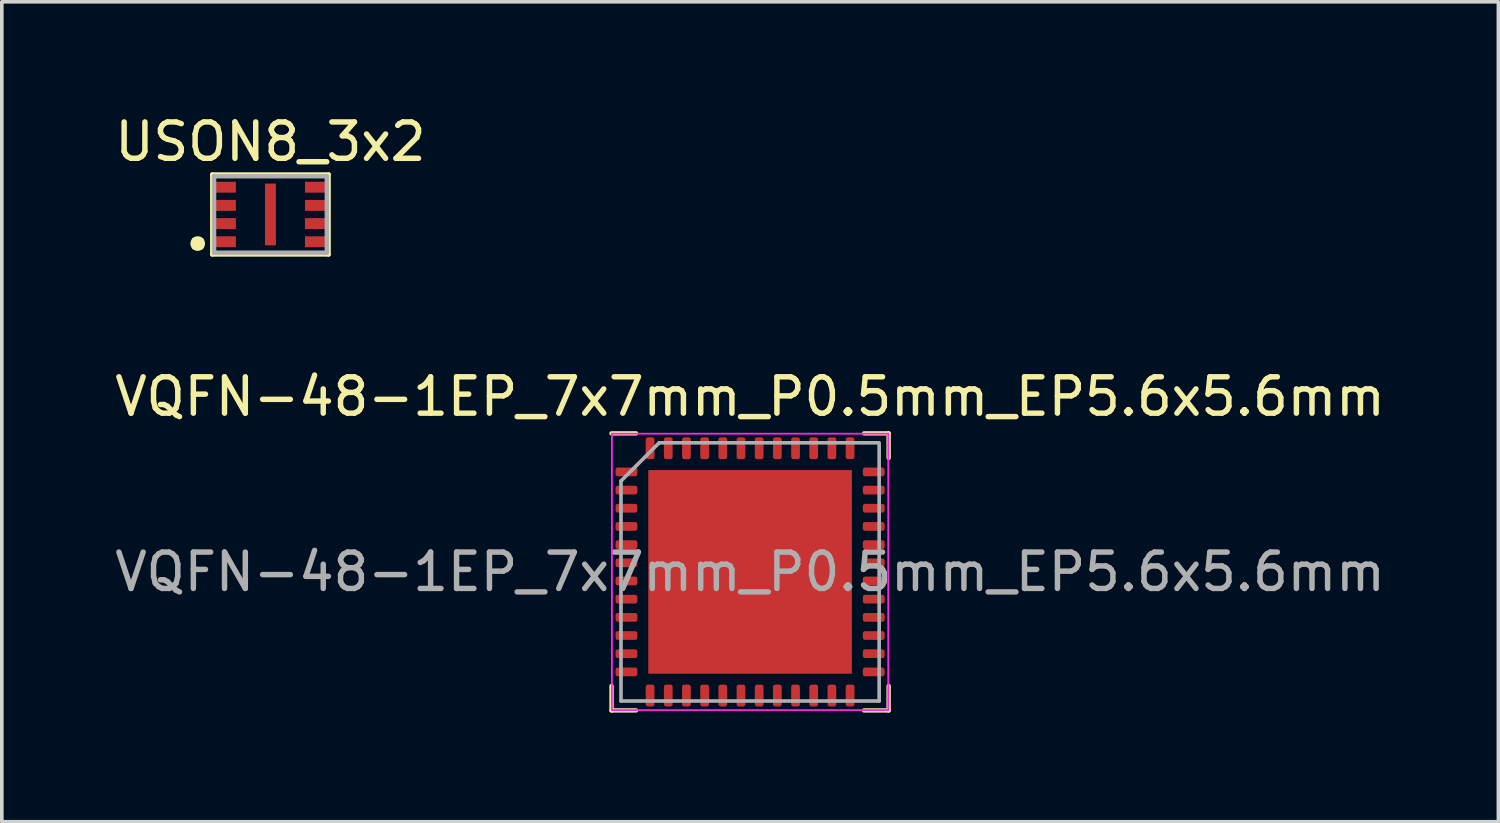
<source format=kicad_pcb>
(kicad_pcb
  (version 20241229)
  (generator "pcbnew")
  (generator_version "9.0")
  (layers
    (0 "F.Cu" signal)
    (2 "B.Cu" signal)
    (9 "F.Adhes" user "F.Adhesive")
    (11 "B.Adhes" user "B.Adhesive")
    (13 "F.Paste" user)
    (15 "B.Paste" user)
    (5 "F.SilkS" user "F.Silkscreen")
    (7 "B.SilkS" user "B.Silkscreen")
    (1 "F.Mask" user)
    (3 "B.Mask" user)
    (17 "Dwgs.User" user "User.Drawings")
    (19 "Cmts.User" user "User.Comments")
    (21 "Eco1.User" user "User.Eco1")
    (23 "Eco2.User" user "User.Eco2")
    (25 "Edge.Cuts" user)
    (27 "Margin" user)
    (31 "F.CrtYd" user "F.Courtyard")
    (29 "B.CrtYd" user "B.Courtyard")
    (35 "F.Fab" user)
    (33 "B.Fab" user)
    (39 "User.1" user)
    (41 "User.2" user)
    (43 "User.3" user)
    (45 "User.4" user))
  (footprint "VQFN-48-1EP_7x7mm_P0.5mm_EP5.6x5.6mm"
    (layer "F.Cu")
    (at 17.577 12.677)
    (property "Reference" "VQFN-48-1EP_7x7mm_P0.5mm_EP5.6x5.6mm" (at 0 -4.82 0) (layer "F.SilkS") (effects (font (size 1 1) (thickness 0.15))))
    (attr smd)
    (fp_line (start -3.81 3.81) (end -3.81 3.135) (stroke (width 0.12) (type solid)) (layer "F.SilkS"))
    (fp_line (start -3.135 -3.81) (end -3.81 -3.81) (stroke (width 0.12) (type solid)) (layer "F.SilkS"))
    (fp_line (start -3.135 3.81) (end -3.81 3.81) (stroke (width 0.12) (type solid)) (layer "F.SilkS"))
    (fp_line (start 3.135 -3.81) (end 3.81 -3.81) (stroke (width 0.12) (type solid)) (layer "F.SilkS"))
    (fp_line (start 3.135 3.81) (end 3.81 3.81) (stroke (width 0.12) (type solid)) (layer "F.SilkS"))
    (fp_line (start 3.81 -3.81) (end 3.81 -3.135) (stroke (width 0.12) (type solid)) (layer "F.SilkS"))
    (fp_line (start 3.81 3.81) (end 3.81 3.135) (stroke (width 0.12) (type solid)) (layer "F.SilkS"))
    (fp_line (start -3.8 -3.8) (end -3.8 3.8) (stroke (width 0.05) (type solid)) (layer "F.CrtYd"))
    (fp_line (start -3.8 3.8) (end 3.8 3.8) (stroke (width 0.05) (type solid)) (layer "F.CrtYd"))
    (fp_line (start 3.8 -3.8) (end -3.8 -3.8) (stroke (width 0.05) (type solid)) (layer "F.CrtYd"))
    (fp_line (start 3.8 3.8) (end 3.8 -3.8) (stroke (width 0.05) (type solid)) (layer "F.CrtYd"))
    (fp_line (start -3.55 -2.5) (end -2.5 -3.55) (stroke (width 0.1) (type solid)) (layer "F.Fab"))
    (fp_line (start -3.55 3.55) (end -3.55 -2.5) (stroke (width 0.1) (type solid)) (layer "F.Fab"))
    (fp_line (start -2.5 -3.55) (end 3.55 -3.55) (stroke (width 0.1) (type solid)) (layer "F.Fab"))
    (fp_line (start 3.55 -3.5) (end 3.55 3.55) (stroke (width 0.1) (type solid)) (layer "F.Fab"))
    (fp_line (start 3.55 3.55) (end -3.55 3.55) (stroke (width 0.1) (type solid)) (layer "F.Fab"))
    (fp_text user "${REFERENCE}" (at 0 0 0) (layer "F.Fab") (effects (font (size 1 1) (thickness 0.15))))
    (pad "" smd roundrect (at -1.29 -1.29) (size 2.08 2.08) (layers "F.Paste") (roundrect_rratio 0.12))
    (pad "" smd roundrect (at -1.29 1.29) (size 2.08 2.08) (layers "F.Paste") (roundrect_rratio 0.12))
    (pad "" smd roundrect (at 1.29 -1.29) (size 2.08 2.08) (layers "F.Paste") (roundrect_rratio 0.12))
    (pad "" smd roundrect (at 1.29 1.29) (size 2.08 2.08) (layers "F.Paste") (roundrect_rratio 0.12))
    (pad "1" smd roundrect (at -3.4 -2.75) (size 0.6 0.24) (layers "F.Cu" "F.Mask" "F.Paste") (roundrect_rratio 0.25))
    (pad "2" smd roundrect (at -3.4 -2.25) (size 0.6 0.24) (layers "F.Cu" "F.Mask" "F.Paste") (roundrect_rratio 0.25))
    (pad "3" smd roundrect (at -3.4 -1.75) (size 0.6 0.24) (layers "F.Cu" "F.Mask" "F.Paste") (roundrect_rratio 0.25))
    (pad "4" smd roundrect (at -3.4 -1.25) (size 0.6 0.24) (layers "F.Cu" "F.Mask" "F.Paste") (roundrect_rratio 0.25))
    (pad "5" smd roundrect (at -3.4 -0.75) (size 0.6 0.24) (layers "F.Cu" "F.Mask" "F.Paste") (roundrect_rratio 0.25))
    (pad "6" smd roundrect (at -3.4 -0.25) (size 0.6 0.24) (layers "F.Cu" "F.Mask" "F.Paste") (roundrect_rratio 0.25))
    (pad "7" smd roundrect (at -3.4 0.25) (size 0.6 0.24) (layers "F.Cu" "F.Mask" "F.Paste") (roundrect_rratio 0.25))
    (pad "8" smd roundrect (at -3.4 0.75) (size 0.6 0.24) (layers "F.Cu" "F.Mask" "F.Paste") (roundrect_rratio 0.25))
    (pad "9" smd roundrect (at -3.4 1.25) (size 0.6 0.24) (layers "F.Cu" "F.Mask" "F.Paste") (roundrect_rratio 0.25))
    (pad "10" smd roundrect (at -3.4 1.75) (size 0.6 0.24) (layers "F.Cu" "F.Mask" "F.Paste") (roundrect_rratio 0.25))
    (pad "11" smd roundrect (at -3.4 2.25) (size 0.6 0.24) (layers "F.Cu" "F.Mask" "F.Paste") (roundrect_rratio 0.25))
    (pad "12" smd roundrect (at -3.4 2.75) (size 0.6 0.24) (layers "F.Cu" "F.Mask" "F.Paste") (roundrect_rratio 0.25))
    (pad "13" smd roundrect (at -2.75 3.4) (size 0.24 0.6) (layers "F.Cu" "F.Mask" "F.Paste") (roundrect_rratio 0.25))
    (pad "14" smd roundrect (at -2.25 3.4) (size 0.24 0.6) (layers "F.Cu" "F.Mask" "F.Paste") (roundrect_rratio 0.25))
    (pad "15" smd roundrect (at -1.75 3.4) (size 0.24 0.6) (layers "F.Cu" "F.Mask" "F.Paste") (roundrect_rratio 0.25))
    (pad "16" smd roundrect (at -1.25 3.4) (size 0.24 0.6) (layers "F.Cu" "F.Mask" "F.Paste") (roundrect_rratio 0.25))
    (pad "17" smd roundrect (at -0.75 3.4) (size 0.24 0.6) (layers "F.Cu" "F.Mask" "F.Paste") (roundrect_rratio 0.25))
    (pad "18" smd roundrect (at -0.25 3.4) (size 0.24 0.6) (layers "F.Cu" "F.Mask" "F.Paste") (roundrect_rratio 0.25))
    (pad "19" smd roundrect (at 0.25 3.4) (size 0.24 0.6) (layers "F.Cu" "F.Mask" "F.Paste") (roundrect_rratio 0.25))
    (pad "20" smd roundrect (at 0.75 3.4) (size 0.24 0.6) (layers "F.Cu" "F.Mask" "F.Paste") (roundrect_rratio 0.25))
    (pad "21" smd roundrect (at 1.25 3.4) (size 0.24 0.6) (layers "F.Cu" "F.Mask" "F.Paste") (roundrect_rratio 0.25))
    (pad "22" smd roundrect (at 1.75 3.4) (size 0.24 0.6) (layers "F.Cu" "F.Mask" "F.Paste") (roundrect_rratio 0.25))
    (pad "23" smd roundrect (at 2.25 3.4) (size 0.24 0.6) (layers "F.Cu" "F.Mask" "F.Paste") (roundrect_rratio 0.25))
    (pad "24" smd roundrect (at 2.75 3.4) (size 0.24 0.6) (layers "F.Cu" "F.Mask" "F.Paste") (roundrect_rratio 0.25))
    (pad "25" smd roundrect (at 3.4 2.75) (size 0.6 0.24) (layers "F.Cu" "F.Mask" "F.Paste") (roundrect_rratio 0.25))
    (pad "26" smd roundrect (at 3.4 2.25) (size 0.6 0.24) (layers "F.Cu" "F.Mask" "F.Paste") (roundrect_rratio 0.25))
    (pad "27" smd roundrect (at 3.4 1.75) (size 0.6 0.24) (layers "F.Cu" "F.Mask" "F.Paste") (roundrect_rratio 0.25))
    (pad "28" smd roundrect (at 3.4 1.25) (size 0.6 0.24) (layers "F.Cu" "F.Mask" "F.Paste") (roundrect_rratio 0.25))
    (pad "29" smd roundrect (at 3.4 0.75) (size 0.6 0.24) (layers "F.Cu" "F.Mask" "F.Paste") (roundrect_rratio 0.25))
    (pad "30" smd roundrect (at 3.4 0.25) (size 0.6 0.24) (layers "F.Cu" "F.Mask" "F.Paste") (roundrect_rratio 0.25))
    (pad "31" smd roundrect (at 3.4 -0.25) (size 0.6 0.24) (layers "F.Cu" "F.Mask" "F.Paste") (roundrect_rratio 0.25))
    (pad "32" smd roundrect (at 3.4 -0.75) (size 0.6 0.24) (layers "F.Cu" "F.Mask" "F.Paste") (roundrect_rratio 0.25))
    (pad "33" smd roundrect (at 3.4 -1.25) (size 0.6 0.24) (layers "F.Cu" "F.Mask" "F.Paste") (roundrect_rratio 0.25))
    (pad "34" smd roundrect (at 3.4 -1.75) (size 0.6 0.24) (layers "F.Cu" "F.Mask" "F.Paste") (roundrect_rratio 0.25))
    (pad "35" smd roundrect (at 3.4 -2.25) (size 0.6 0.24) (layers "F.Cu" "F.Mask" "F.Paste") (roundrect_rratio 0.25))
    (pad "36" smd roundrect (at 3.4 -2.75) (size 0.6 0.24) (layers "F.Cu" "F.Mask" "F.Paste") (roundrect_rratio 0.25))
    (pad "37" smd roundrect (at 2.75 -3.4) (size 0.24 0.6) (layers "F.Cu" "F.Mask" "F.Paste") (roundrect_rratio 0.25))
    (pad "38" smd roundrect (at 2.25 -3.4) (size 0.24 0.6) (layers "F.Cu" "F.Mask" "F.Paste") (roundrect_rratio 0.25))
    (pad "39" smd roundrect (at 1.75 -3.4) (size 0.24 0.6) (layers "F.Cu" "F.Mask" "F.Paste") (roundrect_rratio 0.25))
    (pad "40" smd roundrect (at 1.25 -3.4) (size 0.24 0.6) (layers "F.Cu" "F.Mask" "F.Paste") (roundrect_rratio 0.25))
    (pad "41" smd roundrect (at 0.75 -3.4) (size 0.24 0.6) (layers "F.Cu" "F.Mask" "F.Paste") (roundrect_rratio 0.25))
    (pad "42" smd roundrect (at 0.25 -3.4) (size 0.24 0.6) (layers "F.Cu" "F.Mask" "F.Paste") (roundrect_rratio 0.25))
    (pad "43" smd roundrect (at -0.25 -3.4) (size 0.24 0.6) (layers "F.Cu" "F.Mask" "F.Paste") (roundrect_rratio 0.25))
    (pad "44" smd roundrect (at -0.75 -3.4) (size 0.24 0.6) (layers "F.Cu" "F.Mask" "F.Paste") (roundrect_rratio 0.25))
    (pad "45" smd roundrect (at -1.25 -3.4) (size 0.24 0.6) (layers "F.Cu" "F.Mask" "F.Paste") (roundrect_rratio 0.25))
    (pad "46" smd roundrect (at -1.75 -3.4) (size 0.24 0.6) (layers "F.Cu" "F.Mask" "F.Paste") (roundrect_rratio 0.25))
    (pad "47" smd roundrect (at -2.25 -3.4) (size 0.24 0.6) (layers "F.Cu" "F.Mask" "F.Paste") (roundrect_rratio 0.25))
    (pad "48" smd roundrect (at -2.75 -3.4) (size 0.24 0.6) (layers "F.Cu" "F.Mask" "F.Paste") (roundrect_rratio 0.25))
    (pad "49" smd rect (at 0 0) (size 5.6 5.6) (layers "F.Cu" "F.Mask")))
  (footprint "USON8_3x2"
    (layer "F.Cu")
    (at 4.387 2.848)
    (property "Reference" "USON8_3x2" (at 0 -2 0) (layer "F.SilkS") (effects (font (size 1 1) (thickness 0.15))))
    (attr smd)
    (fp_line (start -2.1 0.7) (end -1.9 0.7) (stroke (width 0.12) (type solid)) (layer "F.SilkS"))
    (fp_line (start -2.1 0.9) (end -2.1 0.7) (stroke (width 0.12) (type solid)) (layer "F.SilkS"))
    (fp_line (start -2 0.7) (end -2 0.9) (stroke (width 0.12) (type solid)) (layer "F.SilkS"))
    (fp_line (start -1.9 0.7) (end -1.9 0.9) (stroke (width 0.12) (type solid)) (layer "F.SilkS"))
    (fp_line (start -1.9 0.9) (end -2.1 0.9) (stroke (width 0.12) (type solid)) (layer "F.SilkS"))
    (fp_line (start -1.6 -1.1) (end 1.6 -1.1) (stroke (width 0.12) (type solid)) (layer "F.SilkS"))
    (fp_line (start -1.6 1.1) (end -1.6 -1.1) (stroke (width 0.12) (type solid)) (layer "F.SilkS"))
    (fp_line (start 1.6 -1.1) (end 1.6 1.1) (stroke (width 0.12) (type solid)) (layer "F.SilkS"))
    (fp_line (start 1.6 1.1) (end -1.6 1.1) (stroke (width 0.12) (type solid)) (layer "F.SilkS"))
    (fp_circle (center -2 0.8) (end -2.1 0.7) (stroke (width 0.12) (type solid)) (fill no) (layer "F.SilkS"))
    (fp_line (start -1.55 -1.05) (end 1.55 -1.05) (stroke (width 0.12) (type solid)) (layer "F.Fab"))
    (fp_line (start -1.55 1.05) (end -1.55 -1.05) (stroke (width 0.12) (type solid)) (layer "F.Fab"))
    (fp_line (start 1.55 -1.05) (end 1.55 1.05) (stroke (width 0.12) (type solid)) (layer "F.Fab"))
    (fp_line (start 1.55 1.05) (end -1.55 1.05) (stroke (width 0.12) (type solid)) (layer "F.Fab"))
    (pad "1" smd rect (at -1.225 0.75 180) (size 0.55 0.3) (layers "F.Cu" "B.Mask" "B.Paste"))
    (pad "2" smd rect (at -1.225 0.25 180) (size 0.55 0.3) (layers "F.Cu" "B.Mask" "B.Paste"))
    (pad "3" smd rect (at -1.225 -0.25 180) (size 0.55 0.3) (layers "F.Cu" "B.Mask" "B.Paste"))
    (pad "4" smd rect (at -1.225 -0.75 180) (size 0.55 0.3) (layers "F.Cu" "B.Mask" "B.Paste"))
    (pad "5" smd rect (at 1.225 -0.75 180) (size 0.55 0.3) (layers "F.Cu" "B.Mask" "B.Paste"))
    (pad "6" smd rect (at 1.225 -0.25 180) (size 0.55 0.3) (layers "F.Cu" "B.Mask" "B.Paste"))
    (pad "7" smd rect (at 1.225 0.25 180) (size 0.55 0.3) (layers "F.Cu" "B.Mask" "B.Paste"))
    (pad "8" smd rect (at 1.225 0.75 180) (size 0.55 0.3) (layers "F.Cu" "B.Mask" "B.Paste"))
    (pad "9" smd rect (at 0 0 180) (size 0.3 1.7) (layers "F.Cu" "B.Mask" "B.Paste")))
  (gr_rect
    (start -3 -3)
    (end 38.155 19.547)
    (stroke (width 0.1) (type default))
    (fill no)
    (layer "Edge.Cuts")))
</source>
